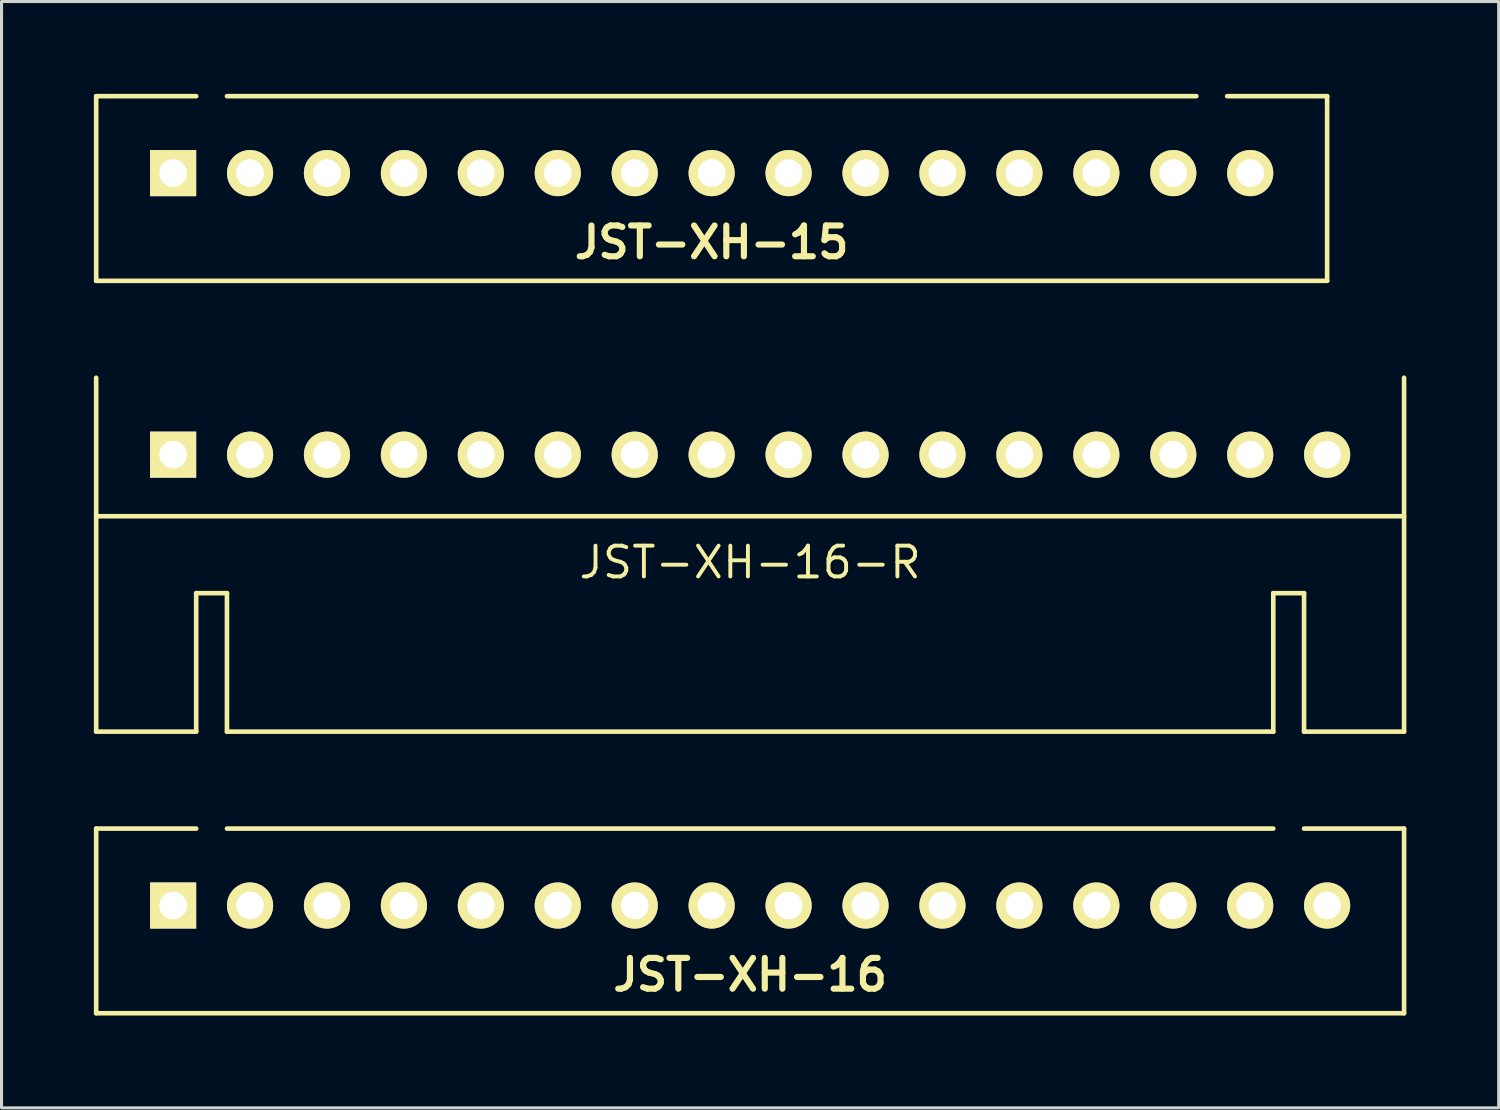
<source format=kicad_pcb>
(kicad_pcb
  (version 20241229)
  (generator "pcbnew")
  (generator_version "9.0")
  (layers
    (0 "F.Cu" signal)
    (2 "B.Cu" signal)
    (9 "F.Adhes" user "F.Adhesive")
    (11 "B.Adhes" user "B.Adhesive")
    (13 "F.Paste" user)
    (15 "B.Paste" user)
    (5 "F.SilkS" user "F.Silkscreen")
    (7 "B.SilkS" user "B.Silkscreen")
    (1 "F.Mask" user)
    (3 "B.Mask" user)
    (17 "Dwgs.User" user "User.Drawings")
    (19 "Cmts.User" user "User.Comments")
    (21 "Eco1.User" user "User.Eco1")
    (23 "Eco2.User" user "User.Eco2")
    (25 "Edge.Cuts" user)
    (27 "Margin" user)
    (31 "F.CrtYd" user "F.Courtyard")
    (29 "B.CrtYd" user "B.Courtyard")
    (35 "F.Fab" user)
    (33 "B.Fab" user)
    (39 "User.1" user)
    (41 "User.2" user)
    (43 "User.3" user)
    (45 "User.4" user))
  (footprint "JST-XH-16"
    (layer "F.Cu")
    (at 21.325 26.375)
    (property "Reference" "JST-XH-16" (at 0 2.25 0) (layer "F.SilkS") (effects (font (size 1 1) (thickness 0.2))))
    (attr through_hole)
    (fp_line (start -21.25 -2.5) (end -18 -2.5) (stroke (width 0.15) (type solid)) (layer "F.SilkS"))
    (fp_line (start -21.25 3.5) (end -21.25 -2.5) (stroke (width 0.15) (type solid)) (layer "F.SilkS"))
    (fp_line (start 17 -2.5) (end -17 -2.5) (stroke (width 0.15) (type solid)) (layer "F.SilkS"))
    (fp_line (start 21.25 -2.5) (end 18 -2.5) (stroke (width 0.15) (type solid)) (layer "F.SilkS"))
    (fp_line (start 21.25 -2.5) (end 21.25 3.5) (stroke (width 0.15) (type solid)) (layer "F.SilkS"))
    (fp_line (start 21.25 3.5) (end -21.25 3.5) (stroke (width 0.15) (type solid)) (layer "F.SilkS"))
    (pad "1" thru_hole rect (at -18.75 0) (size 1.5 1.5) (drill 0.9) (layers "*.Cu" "*.Mask" "F.SilkS"))
    (pad "2" thru_hole circle (at -16.25 0) (size 1.5 1.5) (drill 0.9) (layers "*.Cu" "*.Mask" "F.SilkS"))
    (pad "3" thru_hole circle (at -13.75 0) (size 1.5 1.5) (drill 0.9) (layers "*.Cu" "*.Mask" "F.SilkS"))
    (pad "4" thru_hole circle (at -11.25 0) (size 1.5 1.5) (drill 0.9) (layers "*.Cu" "*.Mask" "F.SilkS"))
    (pad "5" thru_hole circle (at -8.75 0) (size 1.5 1.5) (drill 0.9) (layers "*.Cu" "*.Mask" "F.SilkS"))
    (pad "6" thru_hole circle (at -6.25 0) (size 1.5 1.5) (drill 0.9) (layers "*.Cu" "*.Mask" "F.SilkS"))
    (pad "7" thru_hole circle (at -3.75 0) (size 1.5 1.5) (drill 0.9) (layers "*.Cu" "*.Mask" "F.SilkS"))
    (pad "8" thru_hole circle (at -1.25 0) (size 1.5 1.5) (drill 0.9) (layers "*.Cu" "*.Mask" "F.SilkS"))
    (pad "9" thru_hole circle (at 1.25 0) (size 1.5 1.5) (drill 0.9) (layers "*.Cu" "*.Mask" "F.SilkS"))
    (pad "10" thru_hole circle (at 3.75 0) (size 1.5 1.5) (drill 0.9) (layers "*.Cu" "*.Mask" "F.SilkS"))
    (pad "11" thru_hole circle (at 6.25 0) (size 1.5 1.5) (drill 0.9) (layers "*.Cu" "*.Mask" "F.SilkS"))
    (pad "12" thru_hole circle (at 8.75 0) (size 1.5 1.5) (drill 0.9) (layers "*.Cu" "*.Mask" "F.SilkS"))
    (pad "13" thru_hole circle (at 11.25 0) (size 1.5 1.5) (drill 0.9) (layers "*.Cu" "*.Mask" "F.SilkS"))
    (pad "14" thru_hole circle (at 13.75 0) (size 1.5 1.5) (drill 0.9) (layers "*.Cu" "*.Mask" "F.SilkS"))
    (pad "15" thru_hole circle (at 16.25 0) (size 1.5 1.5) (drill 0.9) (layers "*.Cu" "*.Mask" "F.SilkS"))
    (pad "16" thru_hole circle (at 18.75 0) (size 1.5 1.5) (drill 0.9) (layers "*.Cu" "*.Mask" "F.SilkS")))
  (footprint "JST-XH-15"
    (layer "F.Cu")
    (at 20.075 2.575)
    (property "Reference" "JST-XH-15" (at 0 2.25 0) (layer "F.SilkS") (effects (font (size 1 1) (thickness 0.2))))
    (attr through_hole)
    (fp_line (start -20 -2.5) (end -16.75 -2.5) (stroke (width 0.15) (type solid)) (layer "F.SilkS"))
    (fp_line (start -20 3.5) (end -20 -2.5) (stroke (width 0.15) (type solid)) (layer "F.SilkS"))
    (fp_line (start 15.75 -2.5) (end -15.75 -2.5) (stroke (width 0.15) (type solid)) (layer "F.SilkS"))
    (fp_line (start 20 -2.5) (end 16.75 -2.5) (stroke (width 0.15) (type solid)) (layer "F.SilkS"))
    (fp_line (start 20 -2.5) (end 20 3.5) (stroke (width 0.15) (type solid)) (layer "F.SilkS"))
    (fp_line (start 20 3.5) (end -20 3.5) (stroke (width 0.15) (type solid)) (layer "F.SilkS"))
    (pad "1" thru_hole rect (at -17.5 0) (size 1.5 1.5) (drill 0.9) (layers "*.Cu" "*.Mask" "F.SilkS"))
    (pad "2" thru_hole circle (at -15 0) (size 1.5 1.5) (drill 0.9) (layers "*.Cu" "*.Mask" "F.SilkS"))
    (pad "3" thru_hole circle (at -12.5 0) (size 1.5 1.5) (drill 0.9) (layers "*.Cu" "*.Mask" "F.SilkS"))
    (pad "4" thru_hole circle (at -10 0) (size 1.5 1.5) (drill 0.9) (layers "*.Cu" "*.Mask" "F.SilkS"))
    (pad "5" thru_hole circle (at -7.5 0) (size 1.5 1.5) (drill 0.9) (layers "*.Cu" "*.Mask" "F.SilkS"))
    (pad "6" thru_hole circle (at -5 0) (size 1.5 1.5) (drill 0.9) (layers "*.Cu" "*.Mask" "F.SilkS"))
    (pad "7" thru_hole circle (at -2.5 0) (size 1.5 1.5) (drill 0.9) (layers "*.Cu" "*.Mask" "F.SilkS"))
    (pad "8" thru_hole circle (at 0 0) (size 1.5 1.5) (drill 0.9) (layers "*.Cu" "*.Mask" "F.SilkS"))
    (pad "9" thru_hole circle (at 2.5 0) (size 1.5 1.5) (drill 0.9) (layers "*.Cu" "*.Mask" "F.SilkS"))
    (pad "10" thru_hole circle (at 5 0) (size 1.5 1.5) (drill 0.9) (layers "*.Cu" "*.Mask" "F.SilkS"))
    (pad "11" thru_hole circle (at 7.5 0) (size 1.5 1.5) (drill 0.9) (layers "*.Cu" "*.Mask" "F.SilkS"))
    (pad "12" thru_hole circle (at 10 0) (size 1.5 1.5) (drill 0.9) (layers "*.Cu" "*.Mask" "F.SilkS"))
    (pad "13" thru_hole circle (at 12.5 0) (size 1.5 1.5) (drill 0.9) (layers "*.Cu" "*.Mask" "F.SilkS"))
    (pad "14" thru_hole circle (at 15 0) (size 1.5 1.5) (drill 0.9) (layers "*.Cu" "*.Mask" "F.SilkS"))
    (pad "15" thru_hole circle (at 17.5 0) (size 1.5 1.5) (drill 0.9) (layers "*.Cu" "*.Mask" "F.SilkS")))
  (footprint "JST-XH-16-R"
    (layer "F.Cu")
    (at 21.325 11.725)
    (property "Reference" "JST-XH-16-R" (at 0 3.5 0) (layer "F.SilkS") (effects (font (size 1 1) (thickness 0.127))))
    (attr through_hole)
    (fp_line (start -21.25 2) (end 21.25 2) (stroke (width 0.15) (type solid)) (layer "F.SilkS"))
    (fp_line (start -21.25 9) (end -21.25 -2.5) (stroke (width 0.15) (type solid)) (layer "F.SilkS"))
    (fp_line (start -18 4.5) (end -18 9) (stroke (width 0.15) (type solid)) (layer "F.SilkS"))
    (fp_line (start -18 9) (end -21.25 9) (stroke (width 0.15) (type solid)) (layer "F.SilkS"))
    (fp_line (start -17 4.5) (end -18 4.5) (stroke (width 0.15) (type solid)) (layer "F.SilkS"))
    (fp_line (start -17 9) (end -17 4.5) (stroke (width 0.15) (type solid)) (layer "F.SilkS"))
    (fp_line (start 17 4.5) (end 17 9) (stroke (width 0.15) (type solid)) (layer "F.SilkS"))
    (fp_line (start 17 9) (end -17 9) (stroke (width 0.15) (type solid)) (layer "F.SilkS"))
    (fp_line (start 18 4.5) (end 17 4.5) (stroke (width 0.15) (type solid)) (layer "F.SilkS"))
    (fp_line (start 18 9) (end 18 4.5) (stroke (width 0.15) (type solid)) (layer "F.SilkS"))
    (fp_line (start 21.25 9) (end 18 9) (stroke (width 0.15) (type solid)) (layer "F.SilkS"))
    (fp_line (start 21.25 9) (end 21.25 -2.5) (stroke (width 0.15) (type solid)) (layer "F.SilkS"))
    (pad "1" thru_hole rect (at -18.75 0) (size 1.5 1.5) (drill 0.9) (layers "*.Cu" "*.Mask" "F.SilkS"))
    (pad "2" thru_hole circle (at -16.25 0) (size 1.5 1.5) (drill 0.9) (layers "*.Cu" "*.Mask" "F.SilkS"))
    (pad "3" thru_hole circle (at -13.75 0) (size 1.5 1.5) (drill 0.9) (layers "*.Cu" "*.Mask" "F.SilkS"))
    (pad "4" thru_hole circle (at -11.25 0) (size 1.5 1.5) (drill 0.9) (layers "*.Cu" "*.Mask" "F.SilkS"))
    (pad "5" thru_hole circle (at -8.75 0) (size 1.5 1.5) (drill 0.9) (layers "*.Cu" "*.Mask" "F.SilkS"))
    (pad "6" thru_hole circle (at -6.25 0) (size 1.5 1.5) (drill 0.9) (layers "*.Cu" "*.Mask" "F.SilkS"))
    (pad "7" thru_hole circle (at -3.75 0) (size 1.5 1.5) (drill 0.9) (layers "*.Cu" "*.Mask" "F.SilkS"))
    (pad "8" thru_hole circle (at -1.25 0) (size 1.5 1.5) (drill 0.9) (layers "*.Cu" "*.Mask" "F.SilkS"))
    (pad "9" thru_hole circle (at 1.25 0) (size 1.5 1.5) (drill 0.9) (layers "*.Cu" "*.Mask" "F.SilkS"))
    (pad "10" thru_hole circle (at 3.75 0) (size 1.5 1.5) (drill 0.9) (layers "*.Cu" "*.Mask" "F.SilkS"))
    (pad "11" thru_hole circle (at 6.25 0) (size 1.5 1.5) (drill 0.9) (layers "*.Cu" "*.Mask" "F.SilkS"))
    (pad "12" thru_hole circle (at 8.75 0) (size 1.5 1.5) (drill 0.9) (layers "*.Cu" "*.Mask" "F.SilkS"))
    (pad "13" thru_hole circle (at 11.25 0) (size 1.5 1.5) (drill 0.9) (layers "*.Cu" "*.Mask" "F.SilkS"))
    (pad "14" thru_hole circle (at 13.75 0) (size 1.5 1.5) (drill 0.9) (layers "*.Cu" "*.Mask" "F.SilkS"))
    (pad "15" thru_hole circle (at 16.25 0) (size 1.5 1.5) (drill 0.9) (layers "*.Cu" "*.Mask" "F.SilkS"))
    (pad "16" thru_hole circle (at 18.75 0) (size 1.5 1.5) (drill 0.9) (layers "*.Cu" "*.Mask" "F.SilkS")))
  (gr_rect
    (start -3 -3)
    (end 45.65 32.95)
    (stroke (width 0.1) (type default))
    (fill no)
    (layer "Edge.Cuts")))
</source>
